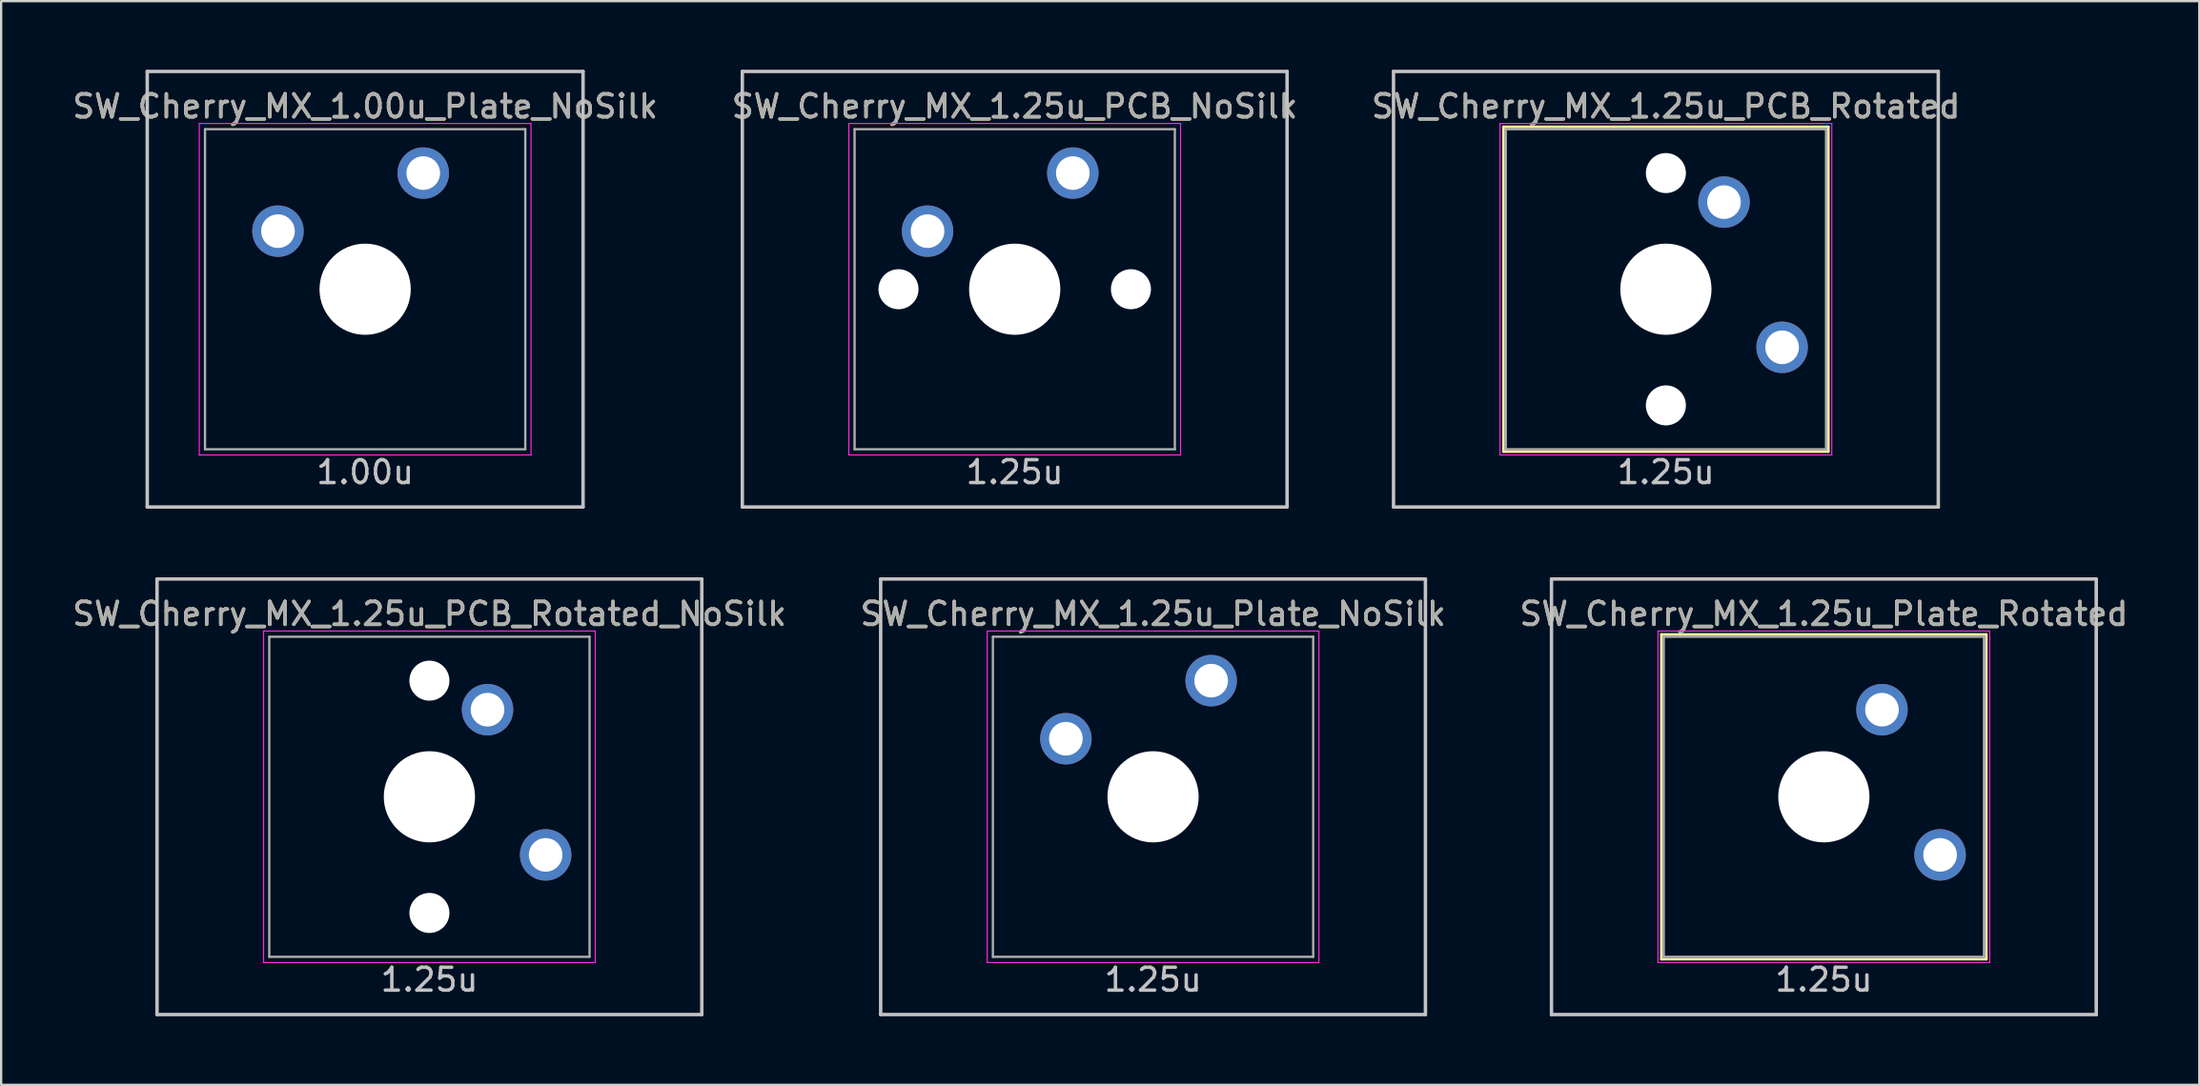
<source format=kicad_pcb>
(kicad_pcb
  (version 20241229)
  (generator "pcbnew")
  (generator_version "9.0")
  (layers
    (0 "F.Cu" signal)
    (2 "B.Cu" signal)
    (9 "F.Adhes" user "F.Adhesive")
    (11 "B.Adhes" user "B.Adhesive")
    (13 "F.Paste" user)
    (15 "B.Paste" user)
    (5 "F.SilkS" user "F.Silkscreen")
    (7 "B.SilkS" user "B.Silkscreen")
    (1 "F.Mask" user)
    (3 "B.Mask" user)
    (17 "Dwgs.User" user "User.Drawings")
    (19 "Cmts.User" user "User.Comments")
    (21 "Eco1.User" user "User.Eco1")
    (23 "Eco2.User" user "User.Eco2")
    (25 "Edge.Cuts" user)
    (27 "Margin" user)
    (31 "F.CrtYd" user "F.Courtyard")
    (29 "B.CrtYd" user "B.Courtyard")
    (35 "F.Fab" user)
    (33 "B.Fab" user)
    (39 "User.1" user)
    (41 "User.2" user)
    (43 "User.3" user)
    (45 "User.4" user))
  (footprint "SW_Cherry_MX_1.00u_Plate_NoSilk"
    (layer "F.Cu")
    (at 12.911 9.6)
    (property "Reference" "SW_Cherry_MX_1.00u_Plate_NoSilk" (at 0 -8 0) (layer "F.SilkS") (effects (font (size 1 1) (thickness 0.15))))
    (attr through_hole)
    (fp_line (start -9.525 -9.525) (end 9.525 -9.525) (stroke (width 0.15) (type solid)) (layer "Dwgs.User"))
    (fp_line (start -9.525 9.525) (end -9.525 -9.525) (stroke (width 0.15) (type solid)) (layer "Dwgs.User"))
    (fp_line (start 9.525 -9.525) (end 9.525 9.525) (stroke (width 0.15) (type solid)) (layer "Dwgs.User"))
    (fp_line (start 9.525 9.525) (end -9.525 9.525) (stroke (width 0.15) (type solid)) (layer "Dwgs.User"))
    (fp_line (start -7.25 -7.25) (end 7.25 -7.25) (stroke (width 0.05) (type solid)) (layer "F.CrtYd"))
    (fp_line (start -7.25 7.25) (end -7.25 -7.25) (stroke (width 0.05) (type solid)) (layer "F.CrtYd"))
    (fp_line (start 7.25 -7.25) (end 7.25 7.25) (stroke (width 0.05) (type solid)) (layer "F.CrtYd"))
    (fp_line (start 7.25 7.25) (end -7.25 7.25) (stroke (width 0.05) (type solid)) (layer "F.CrtYd"))
    (fp_line (start -7 -7) (end 7 -7) (stroke (width 0.1) (type solid)) (layer "F.Fab"))
    (fp_line (start -7 7) (end -7 -7) (stroke (width 0.1) (type solid)) (layer "F.Fab"))
    (fp_line (start 7 -7) (end 7 7) (stroke (width 0.1) (type solid)) (layer "F.Fab"))
    (fp_line (start 7 7) (end -7 7) (stroke (width 0.1) (type solid)) (layer "F.Fab"))
    (fp_text user "1.00u" (at 0 8 0) (layer "Dwgs.User") (effects (font (size 1 1) (thickness 0.15))))
    (fp_text user "${REFERENCE}" (at 0 -8 0) (layer "F.Fab") (effects (font (size 1 1) (thickness 0.15))))
    (pad "" np_thru_hole circle (at 0 0) (size 3.988 3.988) (drill 3.988) (layers "*.Cu" "*.Mask"))
    (pad "1" thru_hole circle (at -3.81 -2.54) (size 2.25 2.25) (drill 1.47) (layers "*.Cu" "B.Mask"))
    (pad "2" thru_hole circle (at 2.54 -5.08) (size 2.25 2.25) (drill 1.47) (layers "*.Cu" "B.Mask")))
  (footprint "SW_Cherry_MX_1.25u_PCB_NoSilk"
    (layer "F.Cu")
    (at 41.304 9.6)
    (property "Reference" "SW_Cherry_MX_1.25u_PCB_NoSilk" (at 0 -8 0) (layer "F.SilkS") (effects (font (size 1 1) (thickness 0.15))))
    (attr through_hole)
    (fp_line (start -11.906 -9.525) (end 11.906 -9.525) (stroke (width 0.15) (type solid)) (layer "Dwgs.User"))
    (fp_line (start -11.906 9.525) (end -11.906 -9.525) (stroke (width 0.15) (type solid)) (layer "Dwgs.User"))
    (fp_line (start -11.906 9.525) (end 11.906 9.525) (stroke (width 0.15) (type solid)) (layer "Dwgs.User"))
    (fp_line (start 11.906 -9.525) (end 11.906 9.525) (stroke (width 0.15) (type solid)) (layer "Dwgs.User"))
    (fp_line (start -7.25 -7.25) (end 7.25 -7.25) (stroke (width 0.05) (type solid)) (layer "F.CrtYd"))
    (fp_line (start -7.25 7.25) (end -7.25 -7.25) (stroke (width 0.05) (type solid)) (layer "F.CrtYd"))
    (fp_line (start 7.25 -7.25) (end 7.25 7.25) (stroke (width 0.05) (type solid)) (layer "F.CrtYd"))
    (fp_line (start 7.25 7.25) (end -7.25 7.25) (stroke (width 0.05) (type solid)) (layer "F.CrtYd"))
    (fp_line (start -7 -7) (end 7 -7) (stroke (width 0.1) (type solid)) (layer "F.Fab"))
    (fp_line (start -7 7) (end -7 -7) (stroke (width 0.1) (type solid)) (layer "F.Fab"))
    (fp_line (start 7 -7) (end 7 7) (stroke (width 0.1) (type solid)) (layer "F.Fab"))
    (fp_line (start 7 7) (end -7 7) (stroke (width 0.1) (type solid)) (layer "F.Fab"))
    (fp_text user "1.25u" (at 0 8 0) (layer "Dwgs.User") (effects (font (size 1 1) (thickness 0.15))))
    (fp_text user "${REFERENCE}" (at 0 -8 0) (layer "F.Fab") (effects (font (size 1 1) (thickness 0.15))))
    (pad "" np_thru_hole circle (at -5.08 0 48.1) (size 1.75 1.75) (drill 1.75) (layers "*.Cu" "*.Mask"))
    (pad "" np_thru_hole circle (at 0 0) (size 3.988 3.988) (drill 3.988) (layers "*.Cu" "*.Mask"))
    (pad "" np_thru_hole circle (at 5.08 0 48.1) (size 1.75 1.75) (drill 1.75) (layers "*.Cu" "*.Mask"))
    (pad "1" thru_hole circle (at -3.81 -2.54) (size 2.25 2.25) (drill 1.47) (layers "*.Cu" "B.Mask"))
    (pad "2" thru_hole circle (at 2.54 -5.08) (size 2.25 2.25) (drill 1.47) (layers "*.Cu" "B.Mask")))
  (footprint "SW_Cherry_MX_1.25u_Plate_NoSilk"
    (layer "F.Cu")
    (at 47.351 31.8)
    (property "Reference" "SW_Cherry_MX_1.25u_Plate_NoSilk" (at 0 -8 0) (layer "F.SilkS") (effects (font (size 1 1) (thickness 0.15))))
    (attr through_hole)
    (fp_line (start -11.906 -9.525) (end 11.906 -9.525) (stroke (width 0.15) (type solid)) (layer "Dwgs.User"))
    (fp_line (start -11.906 9.525) (end -11.906 -9.525) (stroke (width 0.15) (type solid)) (layer "Dwgs.User"))
    (fp_line (start -11.906 9.525) (end 11.906 9.525) (stroke (width 0.15) (type solid)) (layer "Dwgs.User"))
    (fp_line (start 11.906 -9.525) (end 11.906 9.525) (stroke (width 0.15) (type solid)) (layer "Dwgs.User"))
    (fp_line (start -7.25 -7.25) (end 7.25 -7.25) (stroke (width 0.05) (type solid)) (layer "F.CrtYd"))
    (fp_line (start -7.25 7.25) (end -7.25 -7.25) (stroke (width 0.05) (type solid)) (layer "F.CrtYd"))
    (fp_line (start 7.25 -7.25) (end 7.25 7.25) (stroke (width 0.05) (type solid)) (layer "F.CrtYd"))
    (fp_line (start 7.25 7.25) (end -7.25 7.25) (stroke (width 0.05) (type solid)) (layer "F.CrtYd"))
    (fp_line (start -7 -7) (end 7 -7) (stroke (width 0.1) (type solid)) (layer "F.Fab"))
    (fp_line (start -7 7) (end -7 -7) (stroke (width 0.1) (type solid)) (layer "F.Fab"))
    (fp_line (start 7 -7) (end 7 7) (stroke (width 0.1) (type solid)) (layer "F.Fab"))
    (fp_line (start 7 7) (end -7 7) (stroke (width 0.1) (type solid)) (layer "F.Fab"))
    (fp_text user "1.25u" (at 0 8 0) (layer "Dwgs.User") (effects (font (size 1 1) (thickness 0.15))))
    (fp_text user "${REFERENCE}" (at 0 -8 0) (layer "F.Fab") (effects (font (size 1 1) (thickness 0.15))))
    (pad "" np_thru_hole circle (at 0 0) (size 3.988 3.988) (drill 3.988) (layers "*.Cu" "*.Mask"))
    (pad "1" thru_hole circle (at -3.81 -2.54) (size 2.25 2.25) (drill 1.47) (layers "*.Cu" "B.Mask"))
    (pad "2" thru_hole circle (at 2.54 -5.08) (size 2.25 2.25) (drill 1.47) (layers "*.Cu" "B.Mask")))
  (footprint "SW_Cherry_MX_1.25u_PCB_Rotated"
    (layer "F.Cu")
    (at 69.768 9.6)
    (property "Reference" "SW_Cherry_MX_1.25u_PCB_Rotated" (at 0 -8 0) (layer "F.SilkS") (effects (font (size 1 1) (thickness 0.15))))
    (attr through_hole)
    (fp_line (start -7.1 -7.1) (end 7.1 -7.1) (stroke (width 0.12) (type solid)) (layer "F.SilkS"))
    (fp_line (start -7.1 7.1) (end -7.1 -7.1) (stroke (width 0.12) (type solid)) (layer "F.SilkS"))
    (fp_line (start 7.1 -7.1) (end 7.1 7.1) (stroke (width 0.12) (type solid)) (layer "F.SilkS"))
    (fp_line (start 7.1 7.1) (end -7.1 7.1) (stroke (width 0.12) (type solid)) (layer "F.SilkS"))
    (fp_line (start -11.906 -9.525) (end 11.906 -9.525) (stroke (width 0.15) (type solid)) (layer "Dwgs.User"))
    (fp_line (start -11.906 9.525) (end -11.906 -9.525) (stroke (width 0.15) (type solid)) (layer "Dwgs.User"))
    (fp_line (start -11.906 9.525) (end 11.906 9.525) (stroke (width 0.15) (type solid)) (layer "Dwgs.User"))
    (fp_line (start 11.906 -9.525) (end 11.906 9.525) (stroke (width 0.15) (type solid)) (layer "Dwgs.User"))
    (fp_line (start -7.25 -7.25) (end 7.25 -7.25) (stroke (width 0.05) (type solid)) (layer "F.CrtYd"))
    (fp_line (start -7.25 7.25) (end -7.25 -7.25) (stroke (width 0.05) (type solid)) (layer "F.CrtYd"))
    (fp_line (start 7.25 -7.25) (end 7.25 7.25) (stroke (width 0.05) (type solid)) (layer "F.CrtYd"))
    (fp_line (start 7.25 7.25) (end -7.25 7.25) (stroke (width 0.05) (type solid)) (layer "F.CrtYd"))
    (fp_line (start -7 -7) (end 7 -7) (stroke (width 0.1) (type solid)) (layer "F.Fab"))
    (fp_line (start -7 7) (end -7 -7) (stroke (width 0.1) (type solid)) (layer "F.Fab"))
    (fp_line (start 7 -7) (end 7 7) (stroke (width 0.1) (type solid)) (layer "F.Fab"))
    (fp_line (start 7 7) (end -7 7) (stroke (width 0.1) (type solid)) (layer "F.Fab"))
    (fp_text user "1.25u" (at 0 8 0) (layer "Dwgs.User") (effects (font (size 1 1) (thickness 0.15))))
    (fp_text user "${REFERENCE}" (at 0 -8 0) (layer "F.Fab") (effects (font (size 1 1) (thickness 0.15))))
    (pad "" np_thru_hole circle (at 0 -5.08 318.1) (size 1.75 1.75) (drill 1.75) (layers "*.Cu" "*.Mask"))
    (pad "" np_thru_hole circle (at 0 0 270) (size 3.988 3.988) (drill 3.988) (layers "*.Cu" "*.Mask"))
    (pad "" np_thru_hole circle (at 0 5.08 318.1) (size 1.75 1.75) (drill 1.75) (layers "*.Cu" "*.Mask"))
    (pad "1" thru_hole circle (at 2.54 -3.81 270) (size 2.25 2.25) (drill 1.47) (layers "*.Cu" "B.Mask"))
    (pad "2" thru_hole circle (at 5.08 2.54 270) (size 2.25 2.25) (drill 1.47) (layers "*.Cu" "B.Mask")))
  (footprint "SW_Cherry_MX_1.25u_PCB_Rotated_NoSilk"
    (layer "F.Cu")
    (at 15.72 31.8)
    (property "Reference" "SW_Cherry_MX_1.25u_PCB_Rotated_NoSilk" (at 0 -8 0) (layer "F.SilkS") (effects (font (size 1 1) (thickness 0.15))))
    (attr through_hole)
    (fp_line (start -11.906 -9.525) (end 11.906 -9.525) (stroke (width 0.15) (type solid)) (layer "Dwgs.User"))
    (fp_line (start -11.906 9.525) (end -11.906 -9.525) (stroke (width 0.15) (type solid)) (layer "Dwgs.User"))
    (fp_line (start -11.906 9.525) (end 11.906 9.525) (stroke (width 0.15) (type solid)) (layer "Dwgs.User"))
    (fp_line (start 11.906 -9.525) (end 11.906 9.525) (stroke (width 0.15) (type solid)) (layer "Dwgs.User"))
    (fp_line (start -7.25 -7.25) (end 7.25 -7.25) (stroke (width 0.05) (type solid)) (layer "F.CrtYd"))
    (fp_line (start -7.25 7.25) (end -7.25 -7.25) (stroke (width 0.05) (type solid)) (layer "F.CrtYd"))
    (fp_line (start 7.25 -7.25) (end 7.25 7.25) (stroke (width 0.05) (type solid)) (layer "F.CrtYd"))
    (fp_line (start 7.25 7.25) (end -7.25 7.25) (stroke (width 0.05) (type solid)) (layer "F.CrtYd"))
    (fp_line (start -7 -7) (end 7 -7) (stroke (width 0.1) (type solid)) (layer "F.Fab"))
    (fp_line (start -7 7) (end -7 -7) (stroke (width 0.1) (type solid)) (layer "F.Fab"))
    (fp_line (start 7 -7) (end 7 7) (stroke (width 0.1) (type solid)) (layer "F.Fab"))
    (fp_line (start 7 7) (end -7 7) (stroke (width 0.1) (type solid)) (layer "F.Fab"))
    (fp_text user "1.25u" (at 0 8 0) (layer "Dwgs.User") (effects (font (size 1 1) (thickness 0.15))))
    (fp_text user "${REFERENCE}" (at 0 -8 0) (layer "F.Fab") (effects (font (size 1 1) (thickness 0.15))))
    (pad "" np_thru_hole circle (at 0 -5.08 318.1) (size 1.75 1.75) (drill 1.75) (layers "*.Cu" "*.Mask"))
    (pad "" np_thru_hole circle (at 0 0 270) (size 3.988 3.988) (drill 3.988) (layers "*.Cu" "*.Mask"))
    (pad "" np_thru_hole circle (at 0 5.08 318.1) (size 1.75 1.75) (drill 1.75) (layers "*.Cu" "*.Mask"))
    (pad "1" thru_hole circle (at 2.54 -3.81 270) (size 2.25 2.25) (drill 1.47) (layers "*.Cu" "B.Mask"))
    (pad "2" thru_hole circle (at 5.08 2.54 270) (size 2.25 2.25) (drill 1.47) (layers "*.Cu" "B.Mask")))
  (footprint "SW_Cherry_MX_1.25u_Plate_Rotated"
    (layer "F.Cu")
    (at 76.673 31.8)
    (property "Reference" "SW_Cherry_MX_1.25u_Plate_Rotated" (at 0 -8 0) (layer "F.SilkS") (effects (font (size 1 1) (thickness 0.15))))
    (attr through_hole)
    (fp_line (start -7.1 -7.1) (end 7.1 -7.1) (stroke (width 0.12) (type solid)) (layer "F.SilkS"))
    (fp_line (start -7.1 7.1) (end -7.1 -7.1) (stroke (width 0.12) (type solid)) (layer "F.SilkS"))
    (fp_line (start 7.1 -7.1) (end 7.1 7.1) (stroke (width 0.12) (type solid)) (layer "F.SilkS"))
    (fp_line (start 7.1 7.1) (end -7.1 7.1) (stroke (width 0.12) (type solid)) (layer "F.SilkS"))
    (fp_line (start -11.906 -9.525) (end 11.906 -9.525) (stroke (width 0.15) (type solid)) (layer "Dwgs.User"))
    (fp_line (start -11.906 9.525) (end -11.906 -9.525) (stroke (width 0.15) (type solid)) (layer "Dwgs.User"))
    (fp_line (start -11.906 9.525) (end 11.906 9.525) (stroke (width 0.15) (type solid)) (layer "Dwgs.User"))
    (fp_line (start 11.906 -9.525) (end 11.906 9.525) (stroke (width 0.15) (type solid)) (layer "Dwgs.User"))
    (fp_line (start -7.25 -7.25) (end 7.25 -7.25) (stroke (width 0.05) (type solid)) (layer "F.CrtYd"))
    (fp_line (start -7.25 7.25) (end -7.25 -7.25) (stroke (width 0.05) (type solid)) (layer "F.CrtYd"))
    (fp_line (start 7.25 -7.25) (end 7.25 7.25) (stroke (width 0.05) (type solid)) (layer "F.CrtYd"))
    (fp_line (start 7.25 7.25) (end -7.25 7.25) (stroke (width 0.05) (type solid)) (layer "F.CrtYd"))
    (fp_line (start -7 -7) (end 7 -7) (stroke (width 0.1) (type solid)) (layer "F.Fab"))
    (fp_line (start -7 7) (end -7 -7) (stroke (width 0.1) (type solid)) (layer "F.Fab"))
    (fp_line (start 7 -7) (end 7 7) (stroke (width 0.1) (type solid)) (layer "F.Fab"))
    (fp_line (start 7 7) (end -7 7) (stroke (width 0.1) (type solid)) (layer "F.Fab"))
    (fp_text user "1.25u" (at 0 8 0) (layer "Dwgs.User") (effects (font (size 1 1) (thickness 0.15))))
    (fp_text user "${REFERENCE}" (at 0 -8 0) (layer "F.Fab") (effects (font (size 1 1) (thickness 0.15))))
    (pad "" np_thru_hole circle (at 0 0 270) (size 3.988 3.988) (drill 3.988) (layers "*.Cu" "*.Mask"))
    (pad "1" thru_hole circle (at 2.54 -3.81 270) (size 2.25 2.25) (drill 1.47) (layers "*.Cu" "B.Mask"))
    (pad "2" thru_hole circle (at 5.08 2.54 270) (size 2.25 2.25) (drill 1.47) (layers "*.Cu" "B.Mask")))
  (gr_rect
    (start -3 -3)
    (end 93.083 44.4)
    (stroke (width 0.1) (type default))
    (fill no)
    (layer "Edge.Cuts")))
</source>
